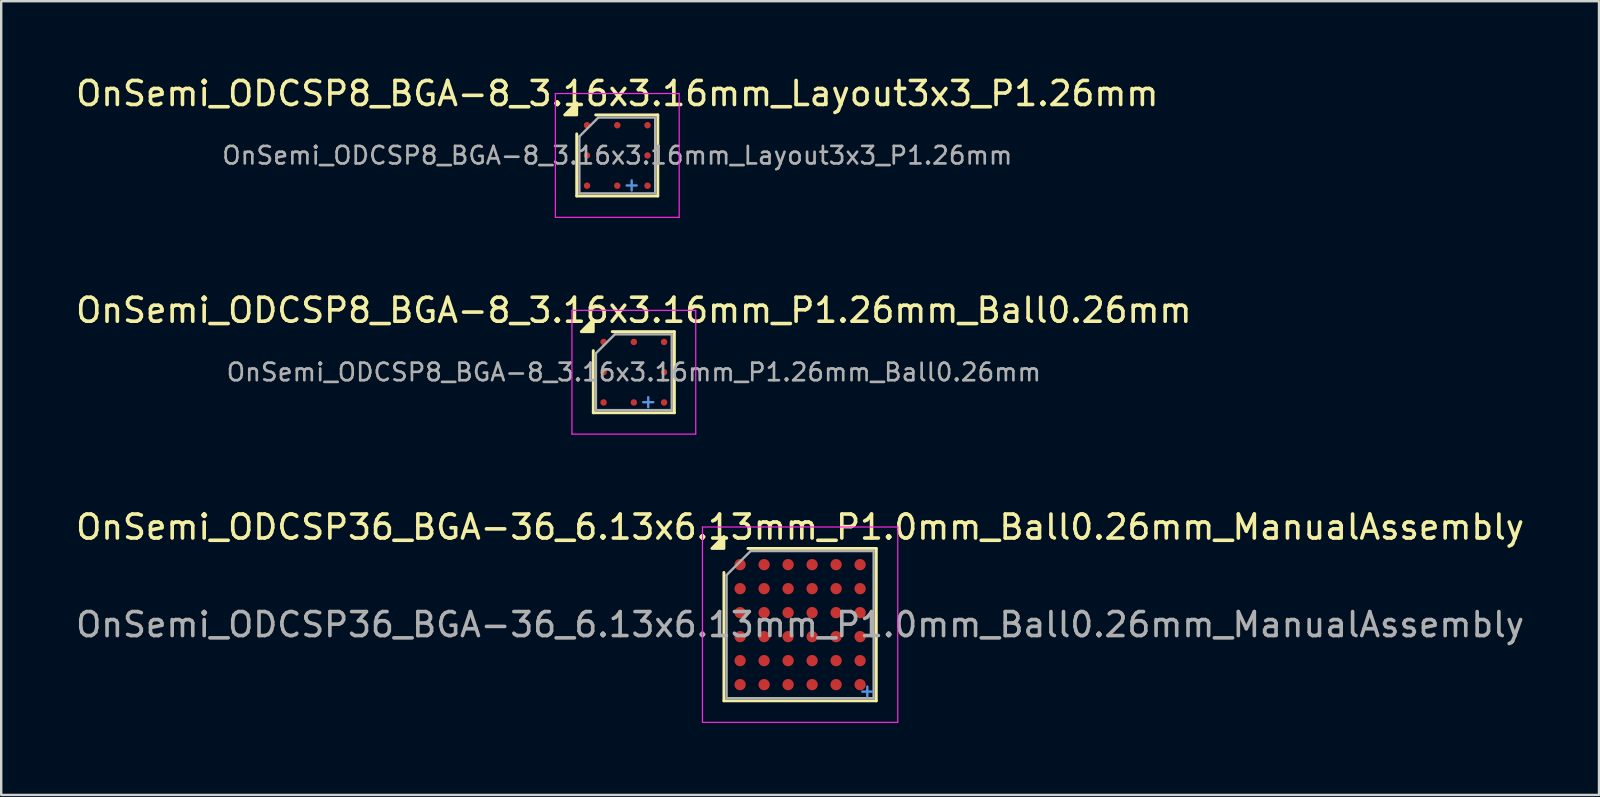
<source format=kicad_pcb>
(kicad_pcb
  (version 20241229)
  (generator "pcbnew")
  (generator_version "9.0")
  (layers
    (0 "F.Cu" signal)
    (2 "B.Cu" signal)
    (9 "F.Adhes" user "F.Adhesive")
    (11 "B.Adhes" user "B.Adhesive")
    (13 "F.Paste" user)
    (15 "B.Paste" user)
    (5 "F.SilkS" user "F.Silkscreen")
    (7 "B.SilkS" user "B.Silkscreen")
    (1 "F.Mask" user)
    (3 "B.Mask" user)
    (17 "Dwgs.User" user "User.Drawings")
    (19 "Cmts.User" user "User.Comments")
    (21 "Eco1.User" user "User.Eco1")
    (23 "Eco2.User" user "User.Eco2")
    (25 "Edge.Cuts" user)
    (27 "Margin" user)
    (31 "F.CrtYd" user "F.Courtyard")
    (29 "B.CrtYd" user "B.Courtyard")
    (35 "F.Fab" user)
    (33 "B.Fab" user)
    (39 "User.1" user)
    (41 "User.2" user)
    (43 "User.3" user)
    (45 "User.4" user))
  (footprint "OnSemi_ODCSP8_BGA-8_3.16x3.16mm_P1.26mm_Ball0.26mm"
    (layer "F.Cu")
    (at 23.363 12.461)
    (property "Reference" "OnSemi_ODCSP8_BGA-8_3.16x3.16mm_P1.26mm_Ball0.26mm" (at 0 -2.58 0) (layer "F.SilkS") (effects (font (size 1 1) (thickness 0.15))))
    (attr smd)
    (fp_line (start -1.69 1.69) (end -1.69 -0.9) (stroke (width 0.12) (type solid)) (layer "F.SilkS"))
    (fp_line (start -0.9 -1.69) (end 1.69 -1.69) (stroke (width 0.12) (type solid)) (layer "F.SilkS"))
    (fp_line (start 1.69 -1.69) (end 1.69 1.69) (stroke (width 0.12) (type solid)) (layer "F.SilkS"))
    (fp_line (start 1.69 1.69) (end -1.69 1.69) (stroke (width 0.12) (type solid)) (layer "F.SilkS"))
    (fp_poly (pts (xy -1.69 -1.69) (xy -2.19 -1.69) (xy -1.69 -2.19) (xy -1.69 -1.69)) (stroke (width 0.12) (type solid)) (fill yes) (layer "F.SilkS"))
    (fp_line (start -2.58 -2.58) (end -2.58 2.58) (stroke (width 0.05) (type solid)) (layer "F.CrtYd"))
    (fp_line (start -2.58 2.58) (end 2.58 2.58) (stroke (width 0.05) (type solid)) (layer "F.CrtYd"))
    (fp_line (start 2.58 -2.58) (end -2.58 -2.58) (stroke (width 0.05) (type solid)) (layer "F.CrtYd"))
    (fp_line (start 2.58 2.58) (end 2.58 -2.58) (stroke (width 0.05) (type solid)) (layer "F.CrtYd"))
    (fp_line (start -1.58 -0.79) (end -0.79 -1.58) (stroke (width 0.1) (type solid)) (layer "F.Fab"))
    (fp_line (start -1.58 1.58) (end -1.58 -0.79) (stroke (width 0.1) (type solid)) (layer "F.Fab"))
    (fp_line (start -0.79 -1.58) (end 1.58 -1.58) (stroke (width 0.1) (type solid)) (layer "F.Fab"))
    (fp_line (start 1.58 -1.58) (end 1.58 1.58) (stroke (width 0.1) (type solid)) (layer "F.Fab"))
    (fp_line (start 1.58 1.58) (end -1.58 1.58) (stroke (width 0.1) (type solid)) (layer "F.Fab"))
    (fp_text user "+" (at 0.6 1.21 0) (layer "Cmts.User") (effects (font (size 0.55 0.55) (thickness 0.1))))
    (fp_text user "${REFERENCE}" (at 0 0 0) (layer "F.Fab") (effects (font (size 0.73 0.73) (thickness 0.11))))
    (pad "A1" smd circle (at -1.26 -1.26) (size 0.27 0.27) (property pad_prop_bga) (layers "F.Cu" "F.Mask" "F.Paste"))
    (pad "A2" smd circle (at 0 -1.26) (size 0.27 0.27) (property pad_prop_bga) (layers "F.Cu" "F.Mask" "F.Paste"))
    (pad "A3" smd circle (at 1.26 -1.26) (size 0.27 0.27) (property pad_prop_bga) (layers "F.Cu" "F.Mask" "F.Paste"))
    (pad "B1" smd circle (at -1.26 0) (size 0.27 0.27) (property pad_prop_bga) (layers "F.Cu" "F.Mask" "F.Paste"))
    (pad "B3" smd circle (at 1.26 0) (size 0.27 0.27) (property pad_prop_bga) (layers "F.Cu" "F.Mask" "F.Paste"))
    (pad "C1" smd circle (at -1.26 1.26) (size 0.27 0.27) (property pad_prop_bga) (layers "F.Cu" "F.Mask" "F.Paste"))
    (pad "C2" smd circle (at 0 1.26) (size 0.27 0.27) (property pad_prop_bga) (layers "F.Cu" "F.Mask" "F.Paste"))
    (pad "C3" smd circle (at 1.26 1.26) (size 0.27 0.27) (property pad_prop_bga) (layers "F.Cu" "F.Mask" "F.Paste")))
  (footprint "OnSemi_ODCSP8_BGA-8_3.16x3.16mm_Layout3x3_P1.26mm"
    (layer "F.Cu")
    (at 22.673 3.428)
    (property "Reference" "OnSemi_ODCSP8_BGA-8_3.16x3.16mm_Layout3x3_P1.26mm" (at 0 -2.58 0) (layer "F.SilkS") (effects (font (size 1 1) (thickness 0.15))))
    (attr smd)
    (fp_line (start -1.69 1.69) (end -1.69 -0.9) (stroke (width 0.12) (type solid)) (layer "F.SilkS"))
    (fp_line (start -0.9 -1.69) (end 1.69 -1.69) (stroke (width 0.12) (type solid)) (layer "F.SilkS"))
    (fp_line (start 1.69 -1.69) (end 1.69 1.69) (stroke (width 0.12) (type solid)) (layer "F.SilkS"))
    (fp_line (start 1.69 1.69) (end -1.69 1.69) (stroke (width 0.12) (type solid)) (layer "F.SilkS"))
    (fp_poly (pts (xy -1.69 -1.69) (xy -2.19 -1.69) (xy -1.69 -2.19) (xy -1.69 -1.69)) (stroke (width 0.12) (type solid)) (fill yes) (layer "F.SilkS"))
    (fp_line (start -2.58 -2.58) (end -2.58 2.58) (stroke (width 0.05) (type solid)) (layer "F.CrtYd"))
    (fp_line (start -2.58 2.58) (end 2.58 2.58) (stroke (width 0.05) (type solid)) (layer "F.CrtYd"))
    (fp_line (start 2.58 -2.58) (end -2.58 -2.58) (stroke (width 0.05) (type solid)) (layer "F.CrtYd"))
    (fp_line (start 2.58 2.58) (end 2.58 -2.58) (stroke (width 0.05) (type solid)) (layer "F.CrtYd"))
    (fp_line (start -1.58 -0.79) (end -0.79 -1.58) (stroke (width 0.1) (type solid)) (layer "F.Fab"))
    (fp_line (start -1.58 1.58) (end -1.58 -0.79) (stroke (width 0.1) (type solid)) (layer "F.Fab"))
    (fp_line (start -0.79 -1.58) (end 1.58 -1.58) (stroke (width 0.1) (type solid)) (layer "F.Fab"))
    (fp_line (start 1.58 -1.58) (end 1.58 1.58) (stroke (width 0.1) (type solid)) (layer "F.Fab"))
    (fp_line (start 1.58 1.58) (end -1.58 1.58) (stroke (width 0.1) (type solid)) (layer "F.Fab"))
    (fp_text user "+" (at 0.6 1.21 0) (layer "Cmts.User") (effects (font (size 0.55 0.55) (thickness 0.1))))
    (fp_text user "${REFERENCE}" (at 0 0 0) (layer "F.Fab") (effects (font (size 0.73 0.73) (thickness 0.11))))
    (pad "A1" smd circle (at -1.26 -1.26) (size 0.27 0.27) (property pad_prop_bga) (layers "F.Cu" "F.Mask" "F.Paste"))
    (pad "A2" smd circle (at 0 -1.26) (size 0.27 0.27) (property pad_prop_bga) (layers "F.Cu" "F.Mask" "F.Paste"))
    (pad "A3" smd circle (at 1.26 -1.26) (size 0.27 0.27) (property pad_prop_bga) (layers "F.Cu" "F.Mask" "F.Paste"))
    (pad "B1" smd circle (at -1.26 0) (size 0.27 0.27) (property pad_prop_bga) (layers "F.Cu" "F.Mask" "F.Paste"))
    (pad "B3" smd circle (at 1.26 0) (size 0.27 0.27) (property pad_prop_bga) (layers "F.Cu" "F.Mask" "F.Paste"))
    (pad "C1" smd circle (at -1.26 1.26) (size 0.27 0.27) (property pad_prop_bga) (layers "F.Cu" "F.Mask" "F.Paste"))
    (pad "C2" smd circle (at 0 1.26) (size 0.27 0.27) (property pad_prop_bga) (layers "F.Cu" "F.Mask" "F.Paste"))
    (pad "C3" smd circle (at 1.26 1.26) (size 0.27 0.27) (property pad_prop_bga) (layers "F.Cu" "F.Mask" "F.Paste")))
  (footprint "OnSemi_ODCSP36_BGA-36_6.13x6.13mm_P1.0mm_Ball0.26mm_ManualAssembly"
    (layer "F.Cu")
    (at 30.292 22.98)
    (property "Reference" "OnSemi_ODCSP36_BGA-36_6.13x6.13mm_P1.0mm_Ball0.26mm_ManualAssembly" (at 0 -4.065 0) (layer "F.SilkS") (effects (font (size 1 1) (thickness 0.15))))
    (attr smd)
    (fp_line (start -3.175 3.175) (end -3.175 -2.175) (stroke (width 0.12) (type solid)) (layer "F.SilkS"))
    (fp_line (start -2.175 -3.175) (end 3.175 -3.175) (stroke (width 0.12) (type solid)) (layer "F.SilkS"))
    (fp_line (start 3.175 -3.175) (end 3.175 3.175) (stroke (width 0.12) (type solid)) (layer "F.SilkS"))
    (fp_line (start 3.175 3.175) (end -3.175 3.175) (stroke (width 0.12) (type solid)) (layer "F.SilkS"))
    (fp_poly (pts (xy -3.175 -3.175) (xy -3.675 -3.175) (xy -3.175 -3.675) (xy -3.175 -3.175)) (stroke (width 0.12) (type solid)) (fill yes) (layer "F.SilkS"))
    (fp_line (start -4.07 -4.07) (end -4.07 4.07) (stroke (width 0.05) (type solid)) (layer "F.CrtYd"))
    (fp_line (start -4.07 4.07) (end 4.07 4.07) (stroke (width 0.05) (type solid)) (layer "F.CrtYd"))
    (fp_line (start 4.07 -4.07) (end -4.07 -4.07) (stroke (width 0.05) (type solid)) (layer "F.CrtYd"))
    (fp_line (start 4.07 4.07) (end 4.07 -4.07) (stroke (width 0.05) (type solid)) (layer "F.CrtYd"))
    (fp_line (start -3.065 -2.065) (end -2.065 -3.065) (stroke (width 0.1) (type solid)) (layer "F.Fab"))
    (fp_line (start -3.065 3.065) (end -3.065 -2.065) (stroke (width 0.1) (type solid)) (layer "F.Fab"))
    (fp_line (start -2.065 -3.065) (end 3.065 -3.065) (stroke (width 0.1) (type solid)) (layer "F.Fab"))
    (fp_line (start 3.065 -3.065) (end 3.065 3.065) (stroke (width 0.1) (type solid)) (layer "F.Fab"))
    (fp_line (start 3.065 3.065) (end -3.065 3.065) (stroke (width 0.1) (type solid)) (layer "F.Fab"))
    (fp_text user "+" (at 2.8 2.75 0) (layer "Cmts.User") (effects (font (size 0.55 0.55) (thickness 0.1))))
    (fp_text user "${REFERENCE}" (at 0 0 0) (layer "F.Fab") (effects (font (size 1 1) (thickness 0.15))))
    (pad "A1" smd circle (at -2.5 -2.5) (size 0.47 0.47) (property pad_prop_bga) (layers "F.Cu" "F.Mask" "F.Paste"))
    (pad "A2" smd circle (at -1.5 -2.5) (size 0.47 0.47) (property pad_prop_bga) (layers "F.Cu" "F.Mask" "F.Paste"))
    (pad "A3" smd circle (at -0.5 -2.5) (size 0.47 0.47) (property pad_prop_bga) (layers "F.Cu" "F.Mask" "F.Paste"))
    (pad "A4" smd circle (at 0.5 -2.5) (size 0.47 0.47) (property pad_prop_bga) (layers "F.Cu" "F.Mask" "F.Paste"))
    (pad "A5" smd circle (at 1.5 -2.5) (size 0.47 0.47) (property pad_prop_bga) (layers "F.Cu" "F.Mask" "F.Paste"))
    (pad "A6" smd circle (at 2.5 -2.5) (size 0.47 0.47) (property pad_prop_bga) (layers "F.Cu" "F.Mask" "F.Paste"))
    (pad "B1" smd circle (at -2.5 -1.5) (size 0.47 0.47) (property pad_prop_bga) (layers "F.Cu" "F.Mask" "F.Paste"))
    (pad "B2" smd circle (at -1.5 -1.5) (size 0.47 0.47) (property pad_prop_bga) (layers "F.Cu" "F.Mask" "F.Paste"))
    (pad "B3" smd circle (at -0.5 -1.5) (size 0.47 0.47) (property pad_prop_bga) (layers "F.Cu" "F.Mask" "F.Paste"))
    (pad "B4" smd circle (at 0.5 -1.5) (size 0.47 0.47) (property pad_prop_bga) (layers "F.Cu" "F.Mask" "F.Paste"))
    (pad "B5" smd circle (at 1.5 -1.5) (size 0.47 0.47) (property pad_prop_bga) (layers "F.Cu" "F.Mask" "F.Paste"))
    (pad "B6" smd circle (at 2.5 -1.5) (size 0.47 0.47) (property pad_prop_bga) (layers "F.Cu" "F.Mask" "F.Paste"))
    (pad "C1" smd circle (at -2.5 -0.5) (size 0.47 0.47) (property pad_prop_bga) (layers "F.Cu" "F.Mask" "F.Paste"))
    (pad "C2" smd circle (at -1.5 -0.5) (size 0.47 0.47) (property pad_prop_bga) (layers "F.Cu" "F.Mask" "F.Paste"))
    (pad "C3" smd circle (at -0.5 -0.5) (size 0.47 0.47) (property pad_prop_bga) (layers "F.Cu" "F.Mask" "F.Paste"))
    (pad "C4" smd circle (at 0.5 -0.5) (size 0.47 0.47) (property pad_prop_bga) (layers "F.Cu" "F.Mask" "F.Paste"))
    (pad "C5" smd circle (at 1.5 -0.5) (size 0.47 0.47) (property pad_prop_bga) (layers "F.Cu" "F.Mask" "F.Paste"))
    (pad "C6" smd circle (at 2.5 -0.5) (size 0.47 0.47) (property pad_prop_bga) (layers "F.Cu" "F.Mask" "F.Paste"))
    (pad "D1" smd circle (at -2.5 0.5) (size 0.47 0.47) (property pad_prop_bga) (layers "F.Cu" "F.Mask" "F.Paste"))
    (pad "D2" smd circle (at -1.5 0.5) (size 0.47 0.47) (property pad_prop_bga) (layers "F.Cu" "F.Mask" "F.Paste"))
    (pad "D3" smd circle (at -0.5 0.5) (size 0.47 0.47) (property pad_prop_bga) (layers "F.Cu" "F.Mask" "F.Paste"))
    (pad "D4" smd circle (at 0.5 0.5) (size 0.47 0.47) (property pad_prop_bga) (layers "F.Cu" "F.Mask" "F.Paste"))
    (pad "D5" smd circle (at 1.5 0.5) (size 0.47 0.47) (property pad_prop_bga) (layers "F.Cu" "F.Mask" "F.Paste"))
    (pad "D6" smd circle (at 2.5 0.5) (size 0.47 0.47) (property pad_prop_bga) (layers "F.Cu" "F.Mask" "F.Paste"))
    (pad "E1" smd circle (at -2.5 1.5) (size 0.47 0.47) (property pad_prop_bga) (layers "F.Cu" "F.Mask" "F.Paste"))
    (pad "E2" smd circle (at -1.5 1.5) (size 0.47 0.47) (property pad_prop_bga) (layers "F.Cu" "F.Mask" "F.Paste"))
    (pad "E3" smd circle (at -0.5 1.5) (size 0.47 0.47) (property pad_prop_bga) (layers "F.Cu" "F.Mask" "F.Paste"))
    (pad "E4" smd circle (at 0.5 1.5) (size 0.47 0.47) (property pad_prop_bga) (layers "F.Cu" "F.Mask" "F.Paste"))
    (pad "E5" smd circle (at 1.5 1.5) (size 0.47 0.47) (property pad_prop_bga) (layers "F.Cu" "F.Mask" "F.Paste"))
    (pad "E6" smd circle (at 2.5 1.5) (size 0.47 0.47) (property pad_prop_bga) (layers "F.Cu" "F.Mask" "F.Paste"))
    (pad "F1" smd circle (at -2.5 2.5) (size 0.47 0.47) (property pad_prop_bga) (layers "F.Cu" "F.Mask" "F.Paste"))
    (pad "F2" smd circle (at -1.5 2.5) (size 0.47 0.47) (property pad_prop_bga) (layers "F.Cu" "F.Mask" "F.Paste"))
    (pad "F3" smd circle (at -0.5 2.5) (size 0.47 0.47) (property pad_prop_bga) (layers "F.Cu" "F.Mask" "F.Paste"))
    (pad "F4" smd circle (at 0.5 2.5) (size 0.47 0.47) (property pad_prop_bga) (layers "F.Cu" "F.Mask" "F.Paste"))
    (pad "F5" smd circle (at 1.5 2.5) (size 0.47 0.47) (property pad_prop_bga) (layers "F.Cu" "F.Mask" "F.Paste"))
    (pad "F6" smd circle (at 2.5 2.5) (size 0.47 0.47) (property pad_prop_bga) (layers "F.Cu" "F.Mask" "F.Paste")))
  (gr_rect
    (start -3 -3)
    (end 63.583 30.075)
    (stroke (width 0.1) (type default))
    (fill no)
    (layer "Edge.Cuts")))
</source>
